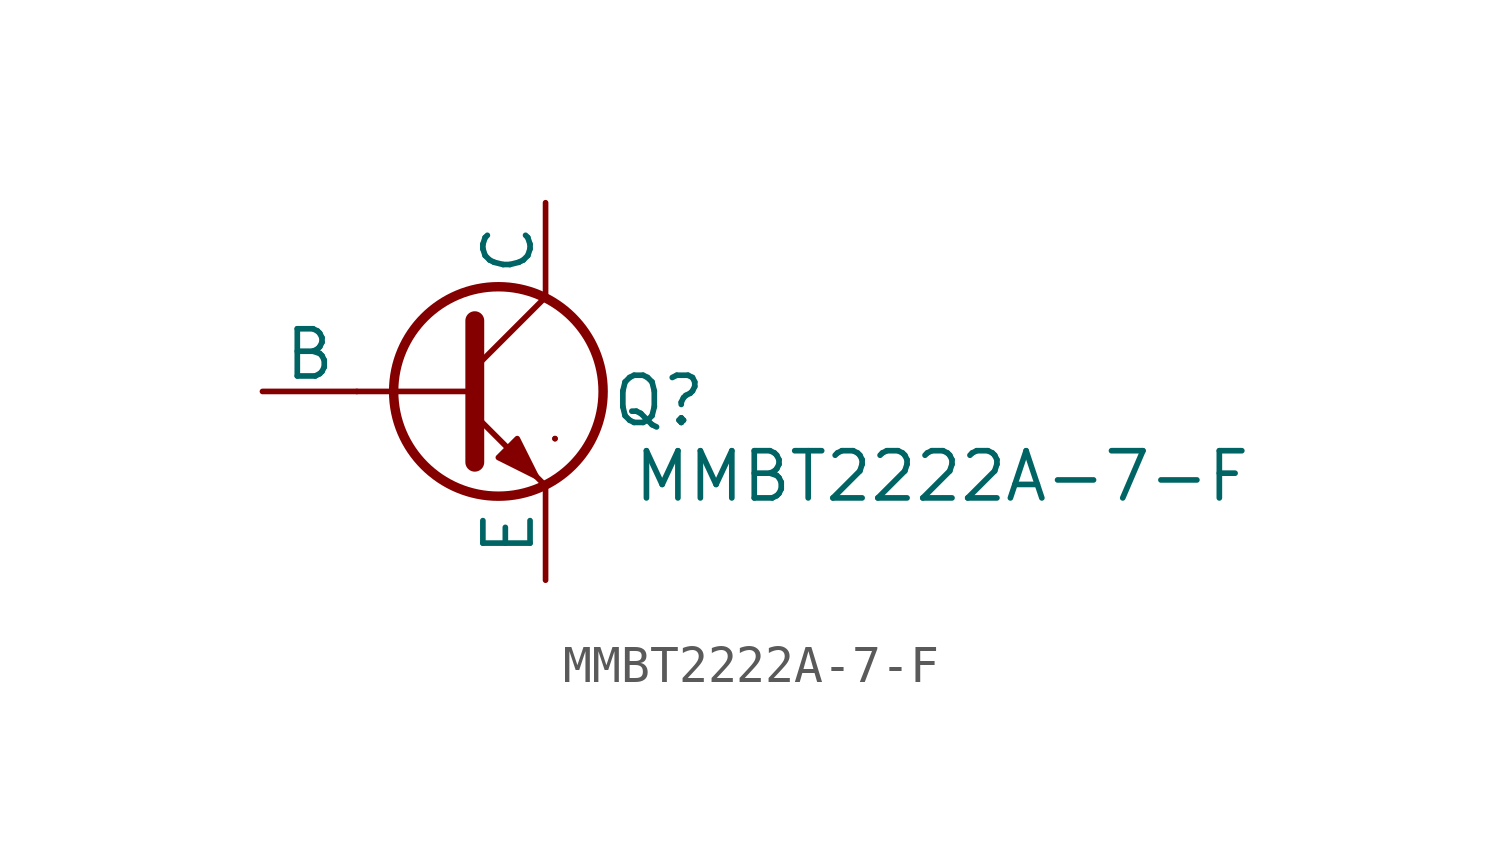
<source format=kicad_sym>
(kicad_symbol_lib
  (version 20241209)
  (generator "kicad_symbol_editor")
  (generator_version "9.0")
  (symbol "MMBT2222A-7-F"
    (pin_numbers
      (hide yes))
    (pin_names
      (offset 0))
    (property "Reference" "Q"
      (at 5.588 -0.254 0)
      (effects (font (size 1.27 1.27))))
    (property "Value" "MMBT2222A-7-F"
      (at 13.208 -2.286 0)
      (effects (font (size 1.27 1.27))))
    (symbol "MMBT2222A-7-F_0_1"
      (polyline (pts (xy -2.54 0) (xy 0.635 0)) (stroke (width 0.152) (type default)) (fill (type none)))
      (polyline (pts (xy 0.635 1.905) (xy 0.635 -1.905) (xy 0.635 -1.905)) (stroke (width 0.508) (type default)) (fill (type none)))
      (polyline (pts (xy 0.635 0.635) (xy 2.54 2.54)) (stroke (width 0) (type default)) (fill (type none)))
      (polyline (pts (xy 0.635 -0.635) (xy 2.54 -2.54) (xy 2.54 -2.54)) (stroke (width 0) (type default)) (fill (type none)))
      (circle (center 1.27 0) (radius 2.819) (stroke (width 0.254) (type default)) (fill (type none)))
      (polyline (pts (xy 1.27 -1.778) (xy 1.778 -1.27) (xy 2.286 -2.286) (xy 1.27 -1.778) (xy 1.27 -1.778)) (stroke (width 0) (type default)) (fill (type outline)))
      (polyline (pts (xy 2.794 -1.27) (xy 2.794 -1.27)) (stroke (width 0.152) (type default)) (fill (type none)))
      (polyline (pts (xy 2.794 -1.27) (xy 2.794 -1.27)) (stroke (width 0.152) (type default)) (fill (type none))))
    (symbol "MMBT2222A-7-F_1_1"
      (pin input line (at -5.08 0 0) (length 2.54) (name "B" (effects (font (size 1.27 1.27)))) (number "1" (effects (font (size 1.27 1.27)))))
      (pin open_collector line (at 2.54 5.08 270) (length 2.54) (name "C" (effects (font (size 1.27 1.27)))) (number "3" (effects (font (size 1.27 1.27)))))
      (pin open_emitter line (at 2.54 -5.08 90) (length 2.54) (name "E" (effects (font (size 1.27 1.27)))) (number "2" (effects (font (size 1.27 1.27))))))))
</source>
